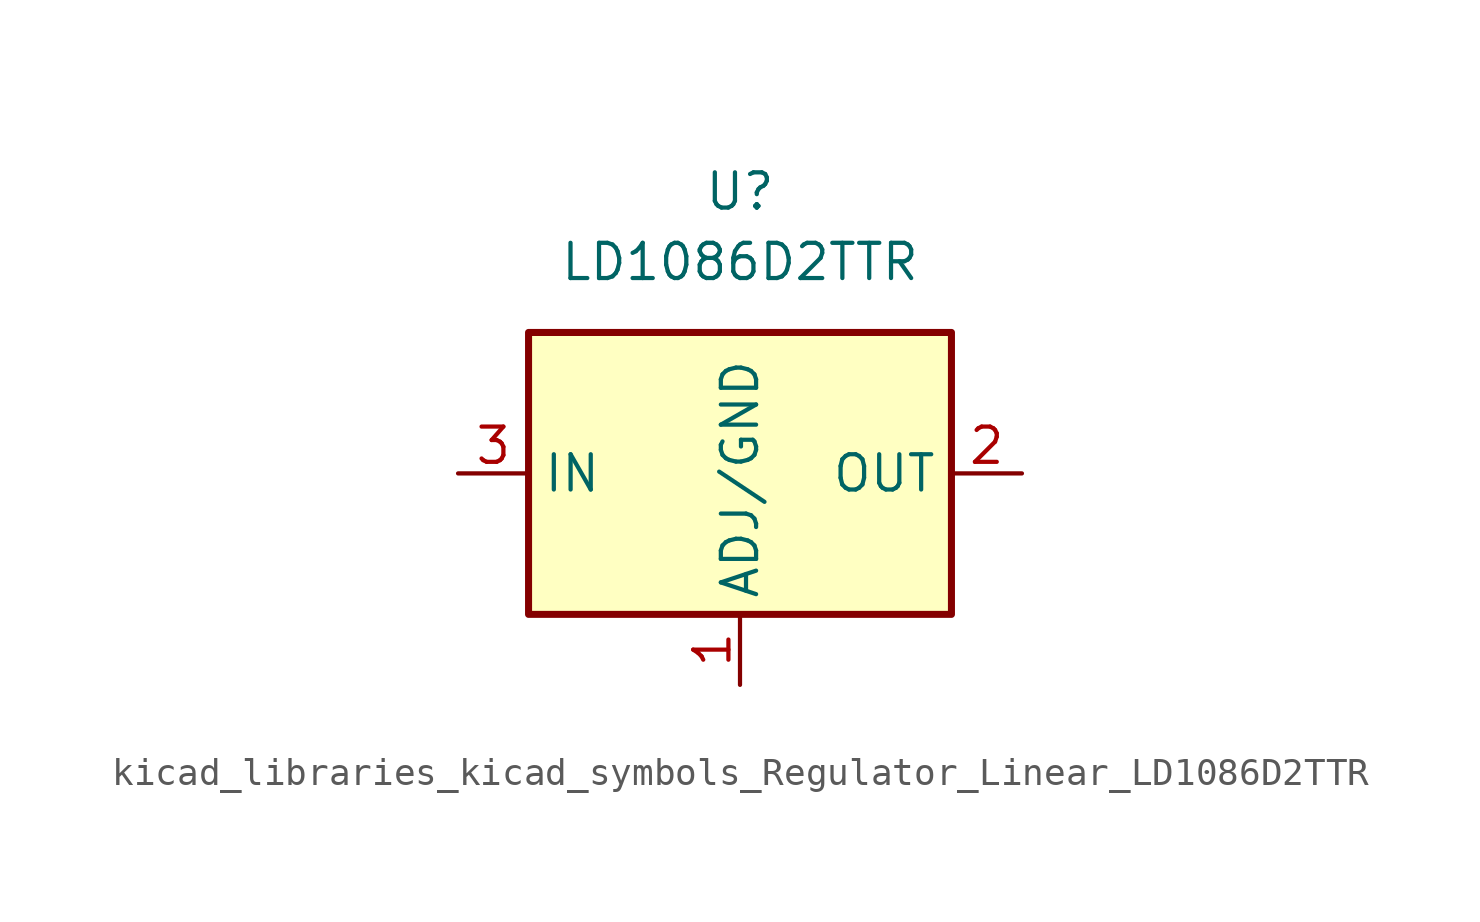
<source format=kicad_sym>
(kicad_symbol_lib
  (version 20220914)
  (generator kicad_symbol_editor)
  (symbol "kicad_libraries_kicad_symbols_Regulator_Linear_LD1086D2TTR"
    (property "Reference" "U"
      (at 0 10.16 0)
      (effects (font (size 1.27 1.27))))
    (property "Value" "LD1086D2TTR"
      (at 0 7.62 0)
      (effects (font (size 1.27 1.27))))
    (symbol "kicad_libraries_kicad_symbols_Regulator_Linear_LD1086D2TTR_1_1"
      (rectangle (start -7.62 -5.08) (end 7.62 5.08) (stroke (width 0.254) (type default)) (fill (type background)))
      (pin input line (at 0 -7.62 90) (length 2.54) (name "ADJ/GND" (effects (font (size 1.27 1.27)))) (number "1" (effects (font (size 1.27 1.27)))))
      (pin power_out line (at 10.16 0 180) (length 2.54) (name "OUT" (effects (font (size 1.27 1.27)))) (number "2" (effects (font (size 1.27 1.27)))))
      (pin power_in line (at -10.16 0 0) (length 2.54) (name "IN" (effects (font (size 1.27 1.27)))) (number "3" (effects (font (size 1.27 1.27))))))))
</source>
